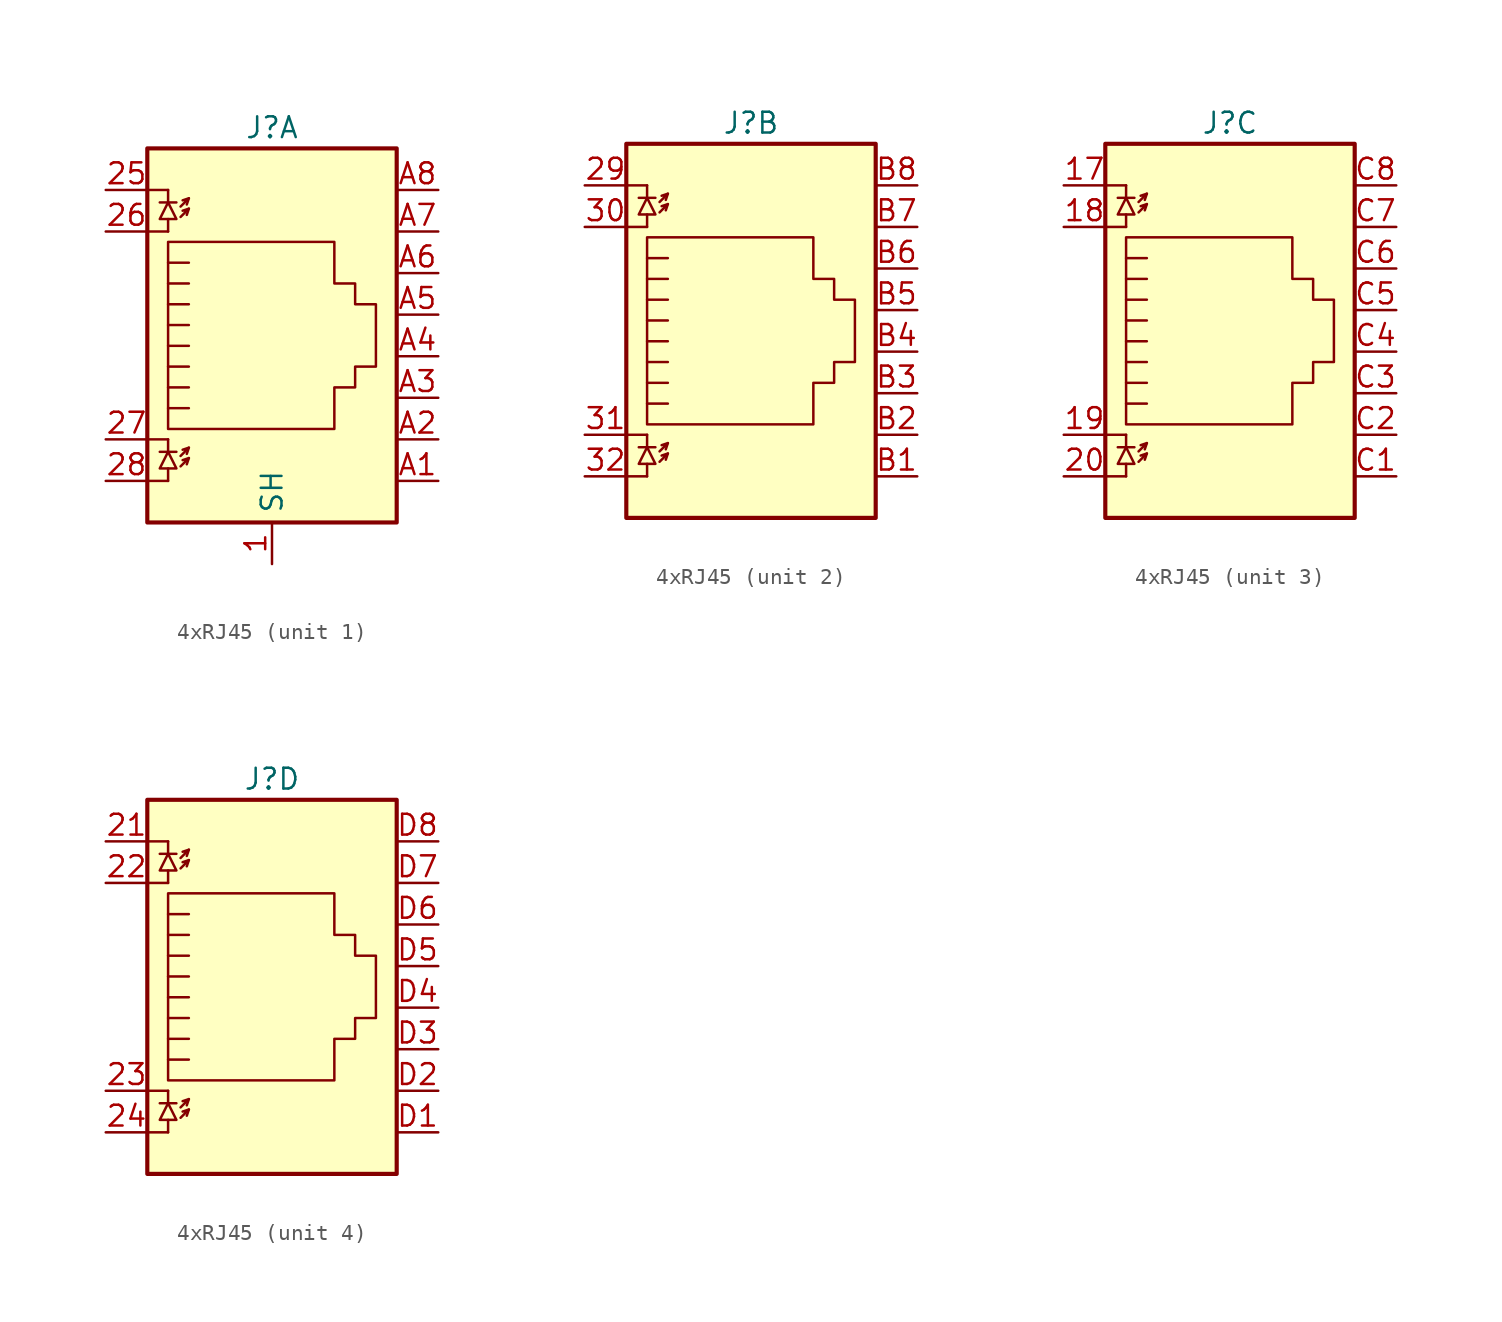
<source format=kicad_sym>
(kicad_symbol_lib
  (version 20241209)
  (generator "kicad_symbol_editor")
  (generator_version "9.0")
  (symbol "4xRJ45"
    (property "Reference" "J"
      (at 0 0 0)
      (effects (font (size 1.27 1.27))))
    (property "Value" ""
      (at 0 0 0)
      (effects (font (size 1.27 1.27))))
    (property "ki_locked" ""
      (at 0 0 0)
      (effects (font (size 1.27 1.27))))
    (symbol "4xRJ45_0_1"
      (polyline (pts (xy -7.62 -3.81) (xy -6.35 -3.81)) (stroke (width 0) (type default)) (fill (type none)))
      (polyline (pts (xy -7.62 -6.35) (xy -6.35 -6.35)) (stroke (width 0) (type default)) (fill (type none)))
      (polyline (pts (xy -7.62 -19.05) (xy -6.35 -19.05)) (stroke (width 0) (type default)) (fill (type none)))
      (polyline (pts (xy -7.62 -21.59) (xy -6.35 -21.59)) (stroke (width 0) (type default)) (fill (type none)))
      (polyline (pts (xy -6.858 -4.572) (xy -5.842 -4.572)) (stroke (width 0) (type default)) (fill (type none)))
      (polyline (pts (xy -6.858 -19.812) (xy -5.842 -19.812)) (stroke (width 0) (type default)) (fill (type none)))
      (polyline (pts (xy -6.35 -3.81) (xy -6.35 -4.572)) (stroke (width 0) (type default)) (fill (type none)))
      (polyline (pts (xy -6.35 -4.572) (xy -6.858 -5.588) (xy -5.842 -5.588) (xy -6.35 -4.572)) (stroke (width 0) (type default)) (fill (type none)))
      (polyline (pts (xy -6.35 -6.35) (xy -6.35 -5.588)) (stroke (width 0) (type default)) (fill (type none)))
      (polyline (pts (xy -6.35 -12.065) (xy -5.08 -12.065) (xy -5.08 -12.065)) (stroke (width 0) (type default)) (fill (type none)))
      (polyline (pts (xy -6.35 -13.335) (xy -5.08 -13.335) (xy -5.08 -13.335)) (stroke (width 0) (type default)) (fill (type none)))
      (polyline (pts (xy -6.35 -14.605) (xy -5.08 -14.605) (xy -5.08 -14.605)) (stroke (width 0) (type default)) (fill (type none)))
      (polyline (pts (xy -6.35 -15.875) (xy -5.08 -15.875) (xy -5.08 -15.875)) (stroke (width 0) (type default)) (fill (type none)))
      (polyline (pts (xy -6.35 -17.145) (xy -5.08 -17.145) (xy -5.08 -17.145)) (stroke (width 0) (type default)) (fill (type none)))
      (polyline (pts (xy -6.35 -18.415) (xy -6.35 -6.985) (xy 3.81 -6.985) (xy 3.81 -9.525) (xy 5.08 -9.525) (xy 5.08 -10.795) (xy 6.35 -10.795) (xy 6.35 -14.605) (xy 5.08 -14.605) (xy 5.08 -15.875) (xy 3.81 -15.875) (xy 3.81 -18.415) (xy -6.35 -18.415) (xy -6.35 -18.415)) (stroke (width 0) (type default)) (fill (type none)))
      (polyline (pts (xy -6.35 -19.05) (xy -6.35 -19.812)) (stroke (width 0) (type default)) (fill (type none)))
      (polyline (pts (xy -6.35 -19.812) (xy -6.858 -20.828) (xy -5.842 -20.828) (xy -6.35 -19.812)) (stroke (width 0) (type default)) (fill (type none)))
      (polyline (pts (xy -6.35 -21.59) (xy -6.35 -20.828)) (stroke (width 0) (type default)) (fill (type none)))
      (polyline (pts (xy -5.588 -4.826) (xy -5.08 -4.318) (xy -5.461 -4.445)) (stroke (width 0) (type default)) (fill (type none)))
      (polyline (pts (xy -5.588 -5.461) (xy -5.08 -4.953) (xy -5.461 -5.08)) (stroke (width 0) (type default)) (fill (type none)))
      (polyline (pts (xy -5.588 -20.066) (xy -5.08 -19.558) (xy -5.461 -19.685)) (stroke (width 0) (type default)) (fill (type none)))
      (polyline (pts (xy -5.588 -20.701) (xy -5.08 -20.193) (xy -5.461 -20.32)) (stroke (width 0) (type default)) (fill (type none)))
      (polyline (pts (xy -5.08 -4.318) (xy -5.207 -4.699)) (stroke (width 0) (type default)) (fill (type none)))
      (polyline (pts (xy -5.08 -4.953) (xy -5.207 -5.334)) (stroke (width 0) (type default)) (fill (type none)))
      (polyline (pts (xy -5.08 -8.255) (xy -6.35 -8.255)) (stroke (width 0) (type default)) (fill (type none)))
      (polyline (pts (xy -5.08 -9.525) (xy -6.35 -9.525)) (stroke (width 0) (type default)) (fill (type none)))
      (polyline (pts (xy -5.08 -10.795) (xy -6.35 -10.795) (xy -6.35 -10.795)) (stroke (width 0) (type default)) (fill (type none)))
      (polyline (pts (xy -5.08 -19.558) (xy -5.207 -19.939)) (stroke (width 0) (type default)) (fill (type none)))
      (polyline (pts (xy -5.08 -20.193) (xy -5.207 -20.574)) (stroke (width 0) (type default)) (fill (type none)))
      (rectangle (start 7.62 -1.27) (end -7.62 -24.13) (stroke (width 0.254) (type default)) (fill (type background))))
    (symbol "4xRJ45_1_1"
      (pin passive line (at -10.16 -3.81 0) (length 2.54) (name "~" (effects (font (size 1.27 1.27)))) (number "25" (effects (font (size 1.27 1.27)))))
      (pin passive line (at -10.16 -6.35 0) (length 2.54) (name "~" (effects (font (size 1.27 1.27)))) (number "26" (effects (font (size 1.27 1.27)))))
      (pin passive line (at -10.16 -19.05 0) (length 2.54) (name "~" (effects (font (size 1.27 1.27)))) (number "27" (effects (font (size 1.27 1.27)))))
      (pin passive line (at -10.16 -21.59 0) (length 2.54) (name "~" (effects (font (size 1.27 1.27)))) (number "28" (effects (font (size 1.27 1.27)))))
      (pin passive line (at 0 -26.67 90) (length 2.54) (name "SH" (effects (font (size 1.27 1.27)))) (number "1" (effects (font (size 1.27 1.27)))))
      (pin passive line (at 0 -26.67 90) (length 2.54) (hide yes) (name "SH" (effects (font (size 1.27 1.27)))) (number "2" (effects (font (size 1.27 1.27)))))
      (pin passive line (at 0 -26.67 90) (length 2.54) (hide yes) (name "SH" (effects (font (size 1.27 1.27)))) (number "3" (effects (font (size 1.27 1.27)))))
      (pin passive line (at 0 -26.67 90) (length 2.54) (hide yes) (name "SH" (effects (font (size 1.27 1.27)))) (number "4" (effects (font (size 1.27 1.27)))))
      (pin passive line (at 0 -26.67 90) (length 2.54) (hide yes) (name "SH" (effects (font (size 1.27 1.27)))) (number "5" (effects (font (size 1.27 1.27)))))
      (pin passive line (at 0 -26.67 90) (length 2.54) (hide yes) (name "SH" (effects (font (size 1.27 1.27)))) (number "6" (effects (font (size 1.27 1.27)))))
      (pin passive line (at 10.16 -3.81 180) (length 2.54) (name "~" (effects (font (size 1.27 1.27)))) (number "A8" (effects (font (size 1.27 1.27)))))
      (pin passive line (at 10.16 -6.35 180) (length 2.54) (name "~" (effects (font (size 1.27 1.27)))) (number "A7" (effects (font (size 1.27 1.27)))))
      (pin passive line (at 10.16 -8.89 180) (length 2.54) (name "~" (effects (font (size 1.27 1.27)))) (number "A6" (effects (font (size 1.27 1.27)))))
      (pin passive line (at 10.16 -11.43 180) (length 2.54) (name "~" (effects (font (size 1.27 1.27)))) (number "A5" (effects (font (size 1.27 1.27)))))
      (pin passive line (at 10.16 -13.97 180) (length 2.54) (name "~" (effects (font (size 1.27 1.27)))) (number "A4" (effects (font (size 1.27 1.27)))))
      (pin passive line (at 10.16 -16.51 180) (length 2.54) (name "~" (effects (font (size 1.27 1.27)))) (number "A3" (effects (font (size 1.27 1.27)))))
      (pin passive line (at 10.16 -19.05 180) (length 2.54) (name "~" (effects (font (size 1.27 1.27)))) (number "A2" (effects (font (size 1.27 1.27)))))
      (pin passive line (at 10.16 -21.59 180) (length 2.54) (name "~" (effects (font (size 1.27 1.27)))) (number "A1" (effects (font (size 1.27 1.27))))))
    (symbol "4xRJ45_2_1"
      (pin passive line (at -10.16 -3.81 0) (length 2.54) (name "~" (effects (font (size 1.27 1.27)))) (number "29" (effects (font (size 1.27 1.27)))))
      (pin passive line (at -10.16 -6.35 0) (length 2.54) (name "~" (effects (font (size 1.27 1.27)))) (number "30" (effects (font (size 1.27 1.27)))))
      (pin passive line (at -10.16 -19.05 0) (length 2.54) (name "~" (effects (font (size 1.27 1.27)))) (number "31" (effects (font (size 1.27 1.27)))))
      (pin passive line (at -10.16 -21.59 0) (length 2.54) (name "~" (effects (font (size 1.27 1.27)))) (number "32" (effects (font (size 1.27 1.27)))))
      (pin passive line (at 10.16 -3.81 180) (length 2.54) (name "~" (effects (font (size 1.27 1.27)))) (number "B8" (effects (font (size 1.27 1.27)))))
      (pin passive line (at 10.16 -6.35 180) (length 2.54) (name "~" (effects (font (size 1.27 1.27)))) (number "B7" (effects (font (size 1.27 1.27)))))
      (pin passive line (at 10.16 -8.89 180) (length 2.54) (name "~" (effects (font (size 1.27 1.27)))) (number "B6" (effects (font (size 1.27 1.27)))))
      (pin passive line (at 10.16 -11.43 180) (length 2.54) (name "~" (effects (font (size 1.27 1.27)))) (number "B5" (effects (font (size 1.27 1.27)))))
      (pin passive line (at 10.16 -13.97 180) (length 2.54) (name "~" (effects (font (size 1.27 1.27)))) (number "B4" (effects (font (size 1.27 1.27)))))
      (pin passive line (at 10.16 -16.51 180) (length 2.54) (name "~" (effects (font (size 1.27 1.27)))) (number "B3" (effects (font (size 1.27 1.27)))))
      (pin passive line (at 10.16 -19.05 180) (length 2.54) (name "~" (effects (font (size 1.27 1.27)))) (number "B2" (effects (font (size 1.27 1.27)))))
      (pin passive line (at 10.16 -21.59 180) (length 2.54) (name "~" (effects (font (size 1.27 1.27)))) (number "B1" (effects (font (size 1.27 1.27))))))
    (symbol "4xRJ45_3_1"
      (pin passive line (at -10.16 -3.81 0) (length 2.54) (name "~" (effects (font (size 1.27 1.27)))) (number "17" (effects (font (size 1.27 1.27)))))
      (pin passive line (at -10.16 -6.35 0) (length 2.54) (name "~" (effects (font (size 1.27 1.27)))) (number "18" (effects (font (size 1.27 1.27)))))
      (pin passive line (at -10.16 -19.05 0) (length 2.54) (name "~" (effects (font (size 1.27 1.27)))) (number "19" (effects (font (size 1.27 1.27)))))
      (pin passive line (at -10.16 -21.59 0) (length 2.54) (name "~" (effects (font (size 1.27 1.27)))) (number "20" (effects (font (size 1.27 1.27)))))
      (pin passive line (at 10.16 -3.81 180) (length 2.54) (name "~" (effects (font (size 1.27 1.27)))) (number "C8" (effects (font (size 1.27 1.27)))))
      (pin passive line (at 10.16 -6.35 180) (length 2.54) (name "~" (effects (font (size 1.27 1.27)))) (number "C7" (effects (font (size 1.27 1.27)))))
      (pin passive line (at 10.16 -8.89 180) (length 2.54) (name "~" (effects (font (size 1.27 1.27)))) (number "C6" (effects (font (size 1.27 1.27)))))
      (pin passive line (at 10.16 -11.43 180) (length 2.54) (name "~" (effects (font (size 1.27 1.27)))) (number "C5" (effects (font (size 1.27 1.27)))))
      (pin passive line (at 10.16 -13.97 180) (length 2.54) (name "~" (effects (font (size 1.27 1.27)))) (number "C4" (effects (font (size 1.27 1.27)))))
      (pin passive line (at 10.16 -16.51 180) (length 2.54) (name "~" (effects (font (size 1.27 1.27)))) (number "C3" (effects (font (size 1.27 1.27)))))
      (pin passive line (at 10.16 -19.05 180) (length 2.54) (name "~" (effects (font (size 1.27 1.27)))) (number "C2" (effects (font (size 1.27 1.27)))))
      (pin passive line (at 10.16 -21.59 180) (length 2.54) (name "~" (effects (font (size 1.27 1.27)))) (number "C1" (effects (font (size 1.27 1.27))))))
    (symbol "4xRJ45_4_1"
      (pin passive line (at -10.16 -3.81 0) (length 2.54) (name "~" (effects (font (size 1.27 1.27)))) (number "21" (effects (font (size 1.27 1.27)))))
      (pin passive line (at -10.16 -6.35 0) (length 2.54) (name "~" (effects (font (size 1.27 1.27)))) (number "22" (effects (font (size 1.27 1.27)))))
      (pin passive line (at -10.16 -19.05 0) (length 2.54) (name "~" (effects (font (size 1.27 1.27)))) (number "23" (effects (font (size 1.27 1.27)))))
      (pin passive line (at -10.16 -21.59 0) (length 2.54) (name "~" (effects (font (size 1.27 1.27)))) (number "24" (effects (font (size 1.27 1.27)))))
      (pin passive line (at 10.16 -3.81 180) (length 2.54) (name "~" (effects (font (size 1.27 1.27)))) (number "D8" (effects (font (size 1.27 1.27)))))
      (pin passive line (at 10.16 -6.35 180) (length 2.54) (name "~" (effects (font (size 1.27 1.27)))) (number "D7" (effects (font (size 1.27 1.27)))))
      (pin passive line (at 10.16 -8.89 180) (length 2.54) (name "~" (effects (font (size 1.27 1.27)))) (number "D6" (effects (font (size 1.27 1.27)))))
      (pin passive line (at 10.16 -11.43 180) (length 2.54) (name "~" (effects (font (size 1.27 1.27)))) (number "D5" (effects (font (size 1.27 1.27)))))
      (pin passive line (at 10.16 -13.97 180) (length 2.54) (name "~" (effects (font (size 1.27 1.27)))) (number "D4" (effects (font (size 1.27 1.27)))))
      (pin passive line (at 10.16 -16.51 180) (length 2.54) (name "~" (effects (font (size 1.27 1.27)))) (number "D3" (effects (font (size 1.27 1.27)))))
      (pin passive line (at 10.16 -19.05 180) (length 2.54) (name "~" (effects (font (size 1.27 1.27)))) (number "D2" (effects (font (size 1.27 1.27)))))
      (pin passive line (at 10.16 -21.59 180) (length 2.54) (name "~" (effects (font (size 1.27 1.27)))) (number "D1" (effects (font (size 1.27 1.27))))))))
</source>
